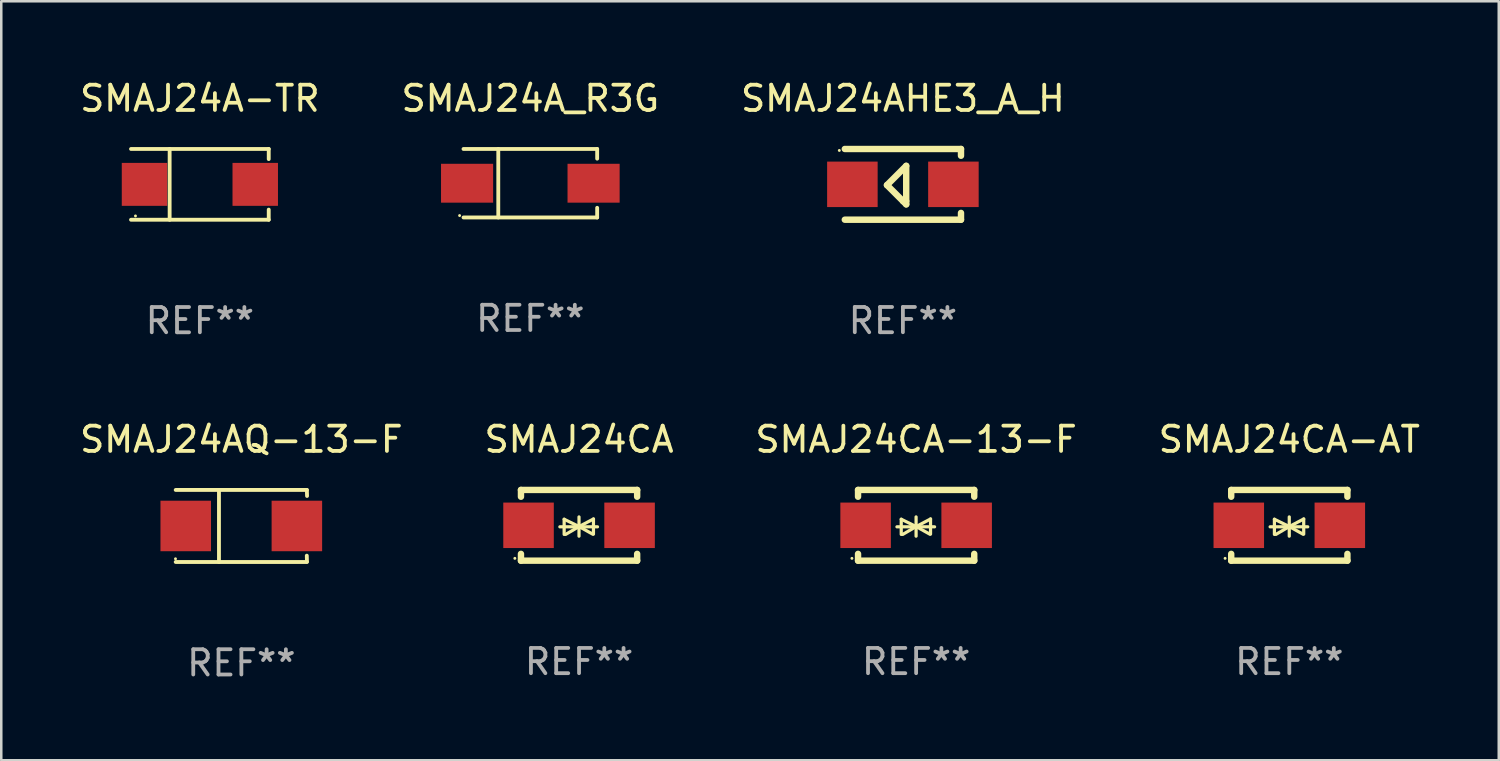
<source format=kicad_pcb>
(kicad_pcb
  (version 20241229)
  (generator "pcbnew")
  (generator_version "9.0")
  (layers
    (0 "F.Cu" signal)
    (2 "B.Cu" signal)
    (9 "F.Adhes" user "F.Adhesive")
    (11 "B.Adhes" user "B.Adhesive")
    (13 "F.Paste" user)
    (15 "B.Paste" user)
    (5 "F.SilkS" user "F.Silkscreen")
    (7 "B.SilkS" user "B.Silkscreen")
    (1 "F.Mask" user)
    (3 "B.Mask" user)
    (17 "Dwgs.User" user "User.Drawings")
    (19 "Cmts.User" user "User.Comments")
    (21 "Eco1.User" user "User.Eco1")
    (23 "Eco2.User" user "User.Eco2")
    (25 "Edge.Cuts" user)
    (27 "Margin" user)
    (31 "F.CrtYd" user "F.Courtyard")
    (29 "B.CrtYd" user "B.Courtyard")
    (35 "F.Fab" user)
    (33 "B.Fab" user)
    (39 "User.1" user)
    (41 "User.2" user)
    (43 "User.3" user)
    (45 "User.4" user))
  (footprint "SMAJ24A_R3G"
    (layer "F.Cu")
    (at 17.946 4.204)
    (property "Reference" "SMAJ24A_R3G" (at 0 -3.356 0) (layer "F.SilkS") (effects (font (size 1 1) (thickness 0.15))))
    (attr through_hole)
    (fp_line (start -2.646 -1.356) (end 2.646 -1.356) (stroke (width 0.152) (type solid)) (layer "F.SilkS"))
    (fp_line (start -2.646 1.356) (end 2.646 1.356) (stroke (width 0.152) (type solid)) (layer "F.SilkS"))
    (fp_line (start -1.269 -1.356) (end -1.269 1.356) (stroke (width 0.152) (type solid)) (layer "F.SilkS"))
    (fp_line (start 2.646 -1.356) (end 2.646 -0.973) (stroke (width 0.152) (type solid)) (layer "F.SilkS"))
    (fp_line (start 2.646 1.356) (end 2.646 0.973) (stroke (width 0.152) (type solid)) (layer "F.SilkS"))
    (fp_circle (center -2.8 1.28) (end -2.77 1.28) (stroke (width 0.06) (type solid)) (fill no) (layer "F.SilkS"))
    (fp_text user "REF**" (at 0 5.356 0) (layer "F.Fab") (effects (font (size 1 1) (thickness 0.15))))
    (pad "1" smd rect (at 2.504 0) (size 2.063 1.539) (layers "F.Cu" "F.Mask" "F.Paste"))
    (pad "2" smd rect (at -2.504 0) (size 2.063 1.539) (layers "F.Cu" "F.Mask" "F.Paste")))
  (footprint "SMAJ24A-TR"
    (layer "F.Cu")
    (at 4.863 4.249)
    (property "Reference" "SMAJ24A-TR" (at 0 -3.401 0) (layer "F.SilkS") (effects (font (size 1 1) (thickness 0.15))))
    (attr through_hole)
    (fp_line (start -2.726 -1.401) (end 2.726 -1.401) (stroke (width 0.152) (type solid)) (layer "F.SilkS"))
    (fp_line (start -2.726 1.401) (end 2.726 1.401) (stroke (width 0.152) (type solid)) (layer "F.SilkS"))
    (fp_line (start -1.197 -1.401) (end -1.197 1.401) (stroke (width 0.152) (type solid)) (layer "F.SilkS"))
    (fp_line (start 2.726 -1.401) (end 2.726 -1) (stroke (width 0.152) (type solid)) (layer "F.SilkS"))
    (fp_line (start 2.726 1.401) (end 2.726 1) (stroke (width 0.152) (type solid)) (layer "F.SilkS"))
    (fp_circle (center -2.55 1.25) (end -2.52 1.25) (stroke (width 0.06) (type solid)) (fill no) (layer "F.SilkS"))
    (fp_text user "REF**" (at 0 5.401 0) (layer "F.Fab") (effects (font (size 1 1) (thickness 0.15))))
    (pad "1" smd rect (at -2.192 0) (size 1.8 1.7) (layers "F.Cu" "F.Mask" "F.Paste"))
    (pad "2" smd rect (at 2.192 0) (size 1.8 1.7) (layers "F.Cu" "F.Mask" "F.Paste")))
  (footprint "SMAJ24AQ-13-F"
    (layer "F.Cu")
    (at 6.506 17.773)
    (property "Reference" "SMAJ24AQ-13-F" (at 0 -3.426 0) (layer "F.SilkS") (effects (font (size 1 1) (thickness 0.15))))
    (attr through_hole)
    (fp_line (start -2.6 -1.426) (end 2.593 -1.426) (stroke (width 0.152) (type solid)) (layer "F.SilkS"))
    (fp_line (start -2.6 1.426) (end 2.593 1.426) (stroke (width 0.152) (type solid)) (layer "F.SilkS"))
    (fp_line (start -0.887 -1.426) (end -0.887 1.426) (stroke (width 0.152) (type solid)) (layer "F.SilkS"))
    (fp_line (start 2.59 1.176) (end 2.597 1.415) (stroke (width 0.152) (type solid)) (layer "F.SilkS"))
    (fp_line (start 2.593 -1.426) (end 2.6 -1.187) (stroke (width 0.152) (type solid)) (layer "F.SilkS"))
    (fp_circle (center -2.608 1.3) (end -2.578 1.3) (stroke (width 0.06) (type solid)) (fill no) (layer "F.SilkS"))
    (fp_text user "REF**" (at 0 5.426 0) (layer "F.Fab") (effects (font (size 1 1) (thickness 0.15))))
    (pad "1" smd rect (at -2.203 0 180) (size 2 2) (layers "F.Cu" "F.Mask" "F.Paste"))
    (pad "2" smd rect (at 2.197 0 180) (size 2 2) (layers "F.Cu" "F.Mask" "F.Paste")))
  (footprint "SMAJ24CA-AT"
    (layer "F.Cu")
    (at 47.994 17.747)
    (property "Reference" "SMAJ24CA-AT" (at 0 -3.4 0) (layer "F.SilkS") (effects (font (size 1 1) (thickness 0.15))))
    (attr through_hole)
    (fp_line (start -2.3 -1.4) (end -2.3 -1.131) (stroke (width 0.254) (type solid)) (layer "F.SilkS"))
    (fp_line (start -2.3 -1.4) (end 2.3 -1.4) (stroke (width 0.254) (type solid)) (layer "F.SilkS"))
    (fp_line (start -2.3 1.131) (end -2.3 1.4) (stroke (width 0.254) (type solid)) (layer "F.SilkS"))
    (fp_line (start -2.3 1.4) (end 2.3 1.4) (stroke (width 0.254) (type solid)) (layer "F.SilkS"))
    (fp_line (start -0.76 0.06) (end 0.73 0.06) (stroke (width 0.127) (type solid)) (layer "F.SilkS"))
    (fp_line (start -0.59 -0.24) (end -0.59 0.36) (stroke (width 0.127) (type solid)) (layer "F.SilkS"))
    (fp_line (start -0.59 -0.24) (end -0.002 0.049) (stroke (width 0.127) (type solid)) (layer "F.SilkS"))
    (fp_line (start -0.53 0.36) (end -0.002 0.049) (stroke (width 0.127) (type solid)) (layer "F.SilkS"))
    (fp_line (start -0.002 0.049) (end -0.002 -0.332) (stroke (width 0.127) (type solid)) (layer "F.SilkS"))
    (fp_line (start -0.002 0.049) (end -0.002 0.43) (stroke (width 0.127) (type solid)) (layer "F.SilkS"))
    (fp_line (start 0.54 0.35) (end -0.002 0.049) (stroke (width 0.127) (type solid)) (layer "F.SilkS"))
    (fp_line (start 0.57 -0.25) (end -0.002 0.049) (stroke (width 0.127) (type solid)) (layer "F.SilkS"))
    (fp_line (start 0.57 -0.25) (end 0.57 0.35) (stroke (width 0.127) (type solid)) (layer "F.SilkS"))
    (fp_line (start 2.3 -1.4) (end 2.3 -1.131) (stroke (width 0.254) (type solid)) (layer "F.SilkS"))
    (fp_line (start 2.3 1.131) (end 2.3 1.4) (stroke (width 0.254) (type solid)) (layer "F.SilkS"))
    (fp_circle (center -2.542 1.308) (end -2.512 1.308) (stroke (width 0.06) (type solid)) (fill no) (layer "F.SilkS"))
    (fp_text user "REF**" (at 0 5.4 0) (layer "F.Fab") (effects (font (size 1 1) (thickness 0.15))))
    (pad "1" smd rect (at -2 0) (size 2 1.8) (layers "F.Cu" "F.Mask" "F.Paste"))
    (pad "2" smd rect (at 2 0) (size 2 1.8) (layers "F.Cu" "F.Mask" "F.Paste")))
  (footprint "SMAJ24AHE3_A_H"
    (layer "F.Cu")
    (at 32.696 4.248)
    (property "Reference" "SMAJ24AHE3_A_H" (at 0 -3.4 0) (layer "F.SilkS") (effects (font (size 1 1) (thickness 0.15))))
    (attr through_hole)
    (fp_line (start -2.3 -1.4) (end 2.3 -1.4) (stroke (width 0.254) (type solid)) (layer "F.SilkS"))
    (fp_line (start -2.3 1.4) (end 2.3 1.4) (stroke (width 0.254) (type solid)) (layer "F.SilkS"))
    (fp_line (start -0.631 0.03) (end 0.131 -0.732) (stroke (width 0.254) (type solid)) (layer "F.SilkS"))
    (fp_line (start 0.004 0.665) (end -0.631 0.03) (stroke (width 0.254) (type solid)) (layer "F.SilkS"))
    (fp_line (start 0.131 -0.732) (end 0.131 0.665) (stroke (width 0.254) (type solid)) (layer "F.SilkS"))
    (fp_line (start 0.131 0.665) (end 0.131 0.792) (stroke (width 0.254) (type solid)) (layer "F.SilkS"))
    (fp_line (start 0.131 0.792) (end 0.004 0.665) (stroke (width 0.254) (type solid)) (layer "F.SilkS"))
    (fp_line (start 2.3 -1.4) (end 2.3 -1.131) (stroke (width 0.254) (type solid)) (layer "F.SilkS"))
    (fp_line (start 2.3 1.131) (end 2.3 1.4) (stroke (width 0.254) (type solid)) (layer "F.SilkS"))
    (fp_circle (center -2.517 -1.342) (end -2.487 -1.342) (stroke (width 0.06) (type solid)) (fill no) (layer "F.SilkS"))
    (fp_text user "REF**" (at 0 5.4 0) (layer "F.Fab") (effects (font (size 1 1) (thickness 0.15))))
    (pad "1" smd rect (at -2 -0.000127) (size 2 1.8) (layers "F.Cu" "F.Mask" "F.Paste"))
    (pad "2" smd rect (at 2 -0.000127) (size 2 1.8) (layers "F.Cu" "F.Mask" "F.Paste")))
  (footprint "SMAJ24CA-13-F"
    (layer "F.Cu")
    (at 33.22 17.747)
    (property "Reference" "SMAJ24CA-13-F" (at 0 -3.4 0) (layer "F.SilkS") (effects (font (size 1 1) (thickness 0.15))))
    (attr through_hole)
    (fp_line (start -2.3 -1.4) (end -2.3 -1.131) (stroke (width 0.254) (type solid)) (layer "F.SilkS"))
    (fp_line (start -2.3 -1.4) (end 2.3 -1.4) (stroke (width 0.254) (type solid)) (layer "F.SilkS"))
    (fp_line (start -2.3 1.131) (end -2.3 1.4) (stroke (width 0.254) (type solid)) (layer "F.SilkS"))
    (fp_line (start -2.3 1.4) (end 2.3 1.4) (stroke (width 0.254) (type solid)) (layer "F.SilkS"))
    (fp_line (start -0.76 0.06) (end 0.73 0.06) (stroke (width 0.127) (type solid)) (layer "F.SilkS"))
    (fp_line (start -0.59 -0.24) (end -0.59 0.36) (stroke (width 0.127) (type solid)) (layer "F.SilkS"))
    (fp_line (start -0.59 -0.24) (end -0.002 0.049) (stroke (width 0.127) (type solid)) (layer "F.SilkS"))
    (fp_line (start -0.53 0.36) (end -0.002 0.049) (stroke (width 0.127) (type solid)) (layer "F.SilkS"))
    (fp_line (start -0.002 0.049) (end -0.002 -0.332) (stroke (width 0.127) (type solid)) (layer "F.SilkS"))
    (fp_line (start -0.002 0.049) (end -0.002 0.43) (stroke (width 0.127) (type solid)) (layer "F.SilkS"))
    (fp_line (start 0.54 0.35) (end -0.002 0.049) (stroke (width 0.127) (type solid)) (layer "F.SilkS"))
    (fp_line (start 0.57 -0.25) (end -0.002 0.049) (stroke (width 0.127) (type solid)) (layer "F.SilkS"))
    (fp_line (start 0.57 -0.25) (end 0.57 0.35) (stroke (width 0.127) (type solid)) (layer "F.SilkS"))
    (fp_line (start 2.3 -1.4) (end 2.3 -1.131) (stroke (width 0.254) (type solid)) (layer "F.SilkS"))
    (fp_line (start 2.3 1.131) (end 2.3 1.4) (stroke (width 0.254) (type solid)) (layer "F.SilkS"))
    (fp_circle (center -2.542 1.308) (end -2.512 1.308) (stroke (width 0.06) (type solid)) (fill no) (layer "F.SilkS"))
    (fp_text user "REF**" (at 0 5.4 0) (layer "F.Fab") (effects (font (size 1 1) (thickness 0.15))))
    (pad "1" smd rect (at -2 0) (size 2 1.8) (layers "F.Cu" "F.Mask" "F.Paste"))
    (pad "2" smd rect (at 2 0) (size 2 1.8) (layers "F.Cu" "F.Mask" "F.Paste")))
  (footprint "SMAJ24CA"
    (layer "F.Cu")
    (at 19.875 17.747)
    (property "Reference" "SMAJ24CA" (at 0 -3.4 0) (layer "F.SilkS") (effects (font (size 1 1) (thickness 0.15))))
    (attr through_hole)
    (fp_line (start -2.3 -1.4) (end -2.3 -1.131) (stroke (width 0.254) (type solid)) (layer "F.SilkS"))
    (fp_line (start -2.3 -1.4) (end 2.3 -1.4) (stroke (width 0.254) (type solid)) (layer "F.SilkS"))
    (fp_line (start -2.3 1.131) (end -2.3 1.4) (stroke (width 0.254) (type solid)) (layer "F.SilkS"))
    (fp_line (start -2.3 1.4) (end 2.3 1.4) (stroke (width 0.254) (type solid)) (layer "F.SilkS"))
    (fp_line (start -0.76 0.06) (end 0.73 0.06) (stroke (width 0.127) (type solid)) (layer "F.SilkS"))
    (fp_line (start -0.59 -0.24) (end -0.59 0.36) (stroke (width 0.127) (type solid)) (layer "F.SilkS"))
    (fp_line (start -0.59 -0.24) (end -0.002 0.049) (stroke (width 0.127) (type solid)) (layer "F.SilkS"))
    (fp_line (start -0.53 0.36) (end -0.002 0.049) (stroke (width 0.127) (type solid)) (layer "F.SilkS"))
    (fp_line (start -0.002 0.049) (end -0.002 -0.332) (stroke (width 0.127) (type solid)) (layer "F.SilkS"))
    (fp_line (start -0.002 0.049) (end -0.002 0.43) (stroke (width 0.127) (type solid)) (layer "F.SilkS"))
    (fp_line (start 0.54 0.35) (end -0.002 0.049) (stroke (width 0.127) (type solid)) (layer "F.SilkS"))
    (fp_line (start 0.57 -0.25) (end -0.002 0.049) (stroke (width 0.127) (type solid)) (layer "F.SilkS"))
    (fp_line (start 0.57 -0.25) (end 0.57 0.35) (stroke (width 0.127) (type solid)) (layer "F.SilkS"))
    (fp_line (start 2.3 -1.4) (end 2.3 -1.131) (stroke (width 0.254) (type solid)) (layer "F.SilkS"))
    (fp_line (start 2.3 1.131) (end 2.3 1.4) (stroke (width 0.254) (type solid)) (layer "F.SilkS"))
    (fp_circle (center -2.542 1.308) (end -2.512 1.308) (stroke (width 0.06) (type solid)) (fill no) (layer "F.SilkS"))
    (fp_text user "REF**" (at 0 5.4 0) (layer "F.Fab") (effects (font (size 1 1) (thickness 0.15))))
    (pad "1" smd rect (at -2 0) (size 2 1.8) (layers "F.Cu" "F.Mask" "F.Paste"))
    (pad "2" smd rect (at 2 0) (size 2 1.8) (layers "F.Cu" "F.Mask" "F.Paste")))
  (gr_rect
    (start -3 -3)
    (end 56.286 27.048)
    (stroke (width 0.1) (type default))
    (fill no)
    (layer "Edge.Cuts")))
</source>
